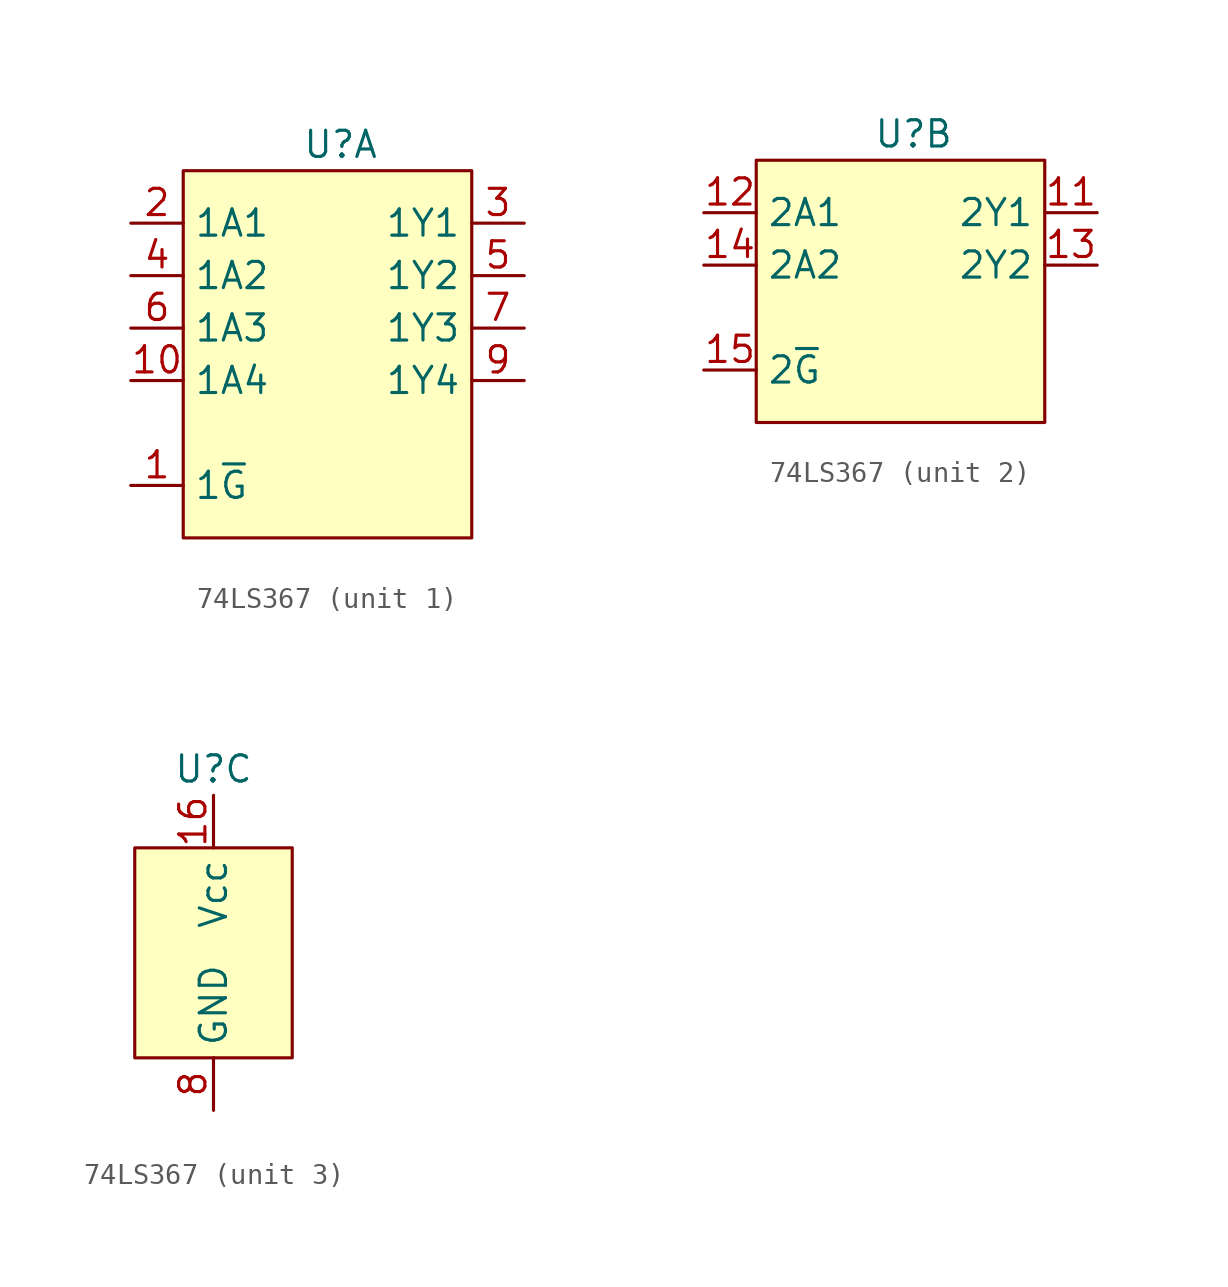
<source format=kicad_sym>
(kicad_symbol_lib
  (version 20220914)
  (generator kicad_symbol_editor)
  (symbol "74LS367"
    (property "Reference" "U"
      (at 0 1.27 0)
      (effects (font (size 1.27 1.27))))
    (property "Value" ""
      (at 0 0 0)
      (effects (font (size 1.27 1.27))))
    (property "ki_locked" ""
      (at 0 0 0)
      (effects (font (size 1.27 1.27))))
    (symbol "74LS367_1_1"
      (rectangle (start -7.62 0) (end 6.35 -17.78) (stroke (width 0) (type default)) (fill (type background)))
      (pin input line (at -10.16 -15.24 0) (length 2.54) (name "1~{G}" (effects (font (size 1.27 1.27)))) (number "1" (effects (font (size 1.27 1.27)))))
      (pin input line (at -10.16 -10.16 0) (length 2.54) (name "1A4" (effects (font (size 1.27 1.27)))) (number "10" (effects (font (size 1.27 1.27)))))
      (pin input line (at -10.16 -2.54 0) (length 2.54) (name "1A1" (effects (font (size 1.27 1.27)))) (number "2" (effects (font (size 1.27 1.27)))))
      (pin output line (at 8.89 -2.54 180) (length 2.54) (name "1Y1" (effects (font (size 1.27 1.27)))) (number "3" (effects (font (size 1.27 1.27)))))
      (pin input line (at -10.16 -5.08 0) (length 2.54) (name "1A2" (effects (font (size 1.27 1.27)))) (number "4" (effects (font (size 1.27 1.27)))))
      (pin output line (at 8.89 -5.08 180) (length 2.54) (name "1Y2" (effects (font (size 1.27 1.27)))) (number "5" (effects (font (size 1.27 1.27)))))
      (pin input line (at -10.16 -7.62 0) (length 2.54) (name "1A3" (effects (font (size 1.27 1.27)))) (number "6" (effects (font (size 1.27 1.27)))))
      (pin output line (at 8.89 -7.62 180) (length 2.54) (name "1Y3" (effects (font (size 1.27 1.27)))) (number "7" (effects (font (size 1.27 1.27)))))
      (pin output line (at 8.89 -10.16 180) (length 2.54) (name "1Y4" (effects (font (size 1.27 1.27)))) (number "9" (effects (font (size 1.27 1.27))))))
    (symbol "74LS367_2_1"
      (rectangle (start -7.62 0) (end 6.35 -12.7) (stroke (width 0) (type default)) (fill (type background)))
      (pin output line (at 8.89 -2.54 180) (length 2.54) (name "2Y1" (effects (font (size 1.27 1.27)))) (number "11" (effects (font (size 1.27 1.27)))))
      (pin input line (at -10.16 -2.54 0) (length 2.54) (name "2A1" (effects (font (size 1.27 1.27)))) (number "12" (effects (font (size 1.27 1.27)))))
      (pin output line (at 8.89 -5.08 180) (length 2.54) (name "2Y2" (effects (font (size 1.27 1.27)))) (number "13" (effects (font (size 1.27 1.27)))))
      (pin input line (at -10.16 -5.08 0) (length 2.54) (name "2A2" (effects (font (size 1.27 1.27)))) (number "14" (effects (font (size 1.27 1.27)))))
      (pin input line (at -10.16 -10.16 0) (length 2.54) (name "2~{G}" (effects (font (size 1.27 1.27)))) (number "15" (effects (font (size 1.27 1.27))))))
    (symbol "74LS367_3_1"
      (rectangle (start -3.81 -2.54) (end 3.81 -12.7) (stroke (width 0) (type default)) (fill (type background)))
      (pin power_in line (at 0 0 270) (length 2.54) (name "Vcc" (effects (font (size 1.27 1.27)))) (number "16" (effects (font (size 1.27 1.27)))))
      (pin power_in line (at 0 -15.24 90) (length 2.54) (name "GND" (effects (font (size 1.27 1.27)))) (number "8" (effects (font (size 1.27 1.27))))))))
</source>
